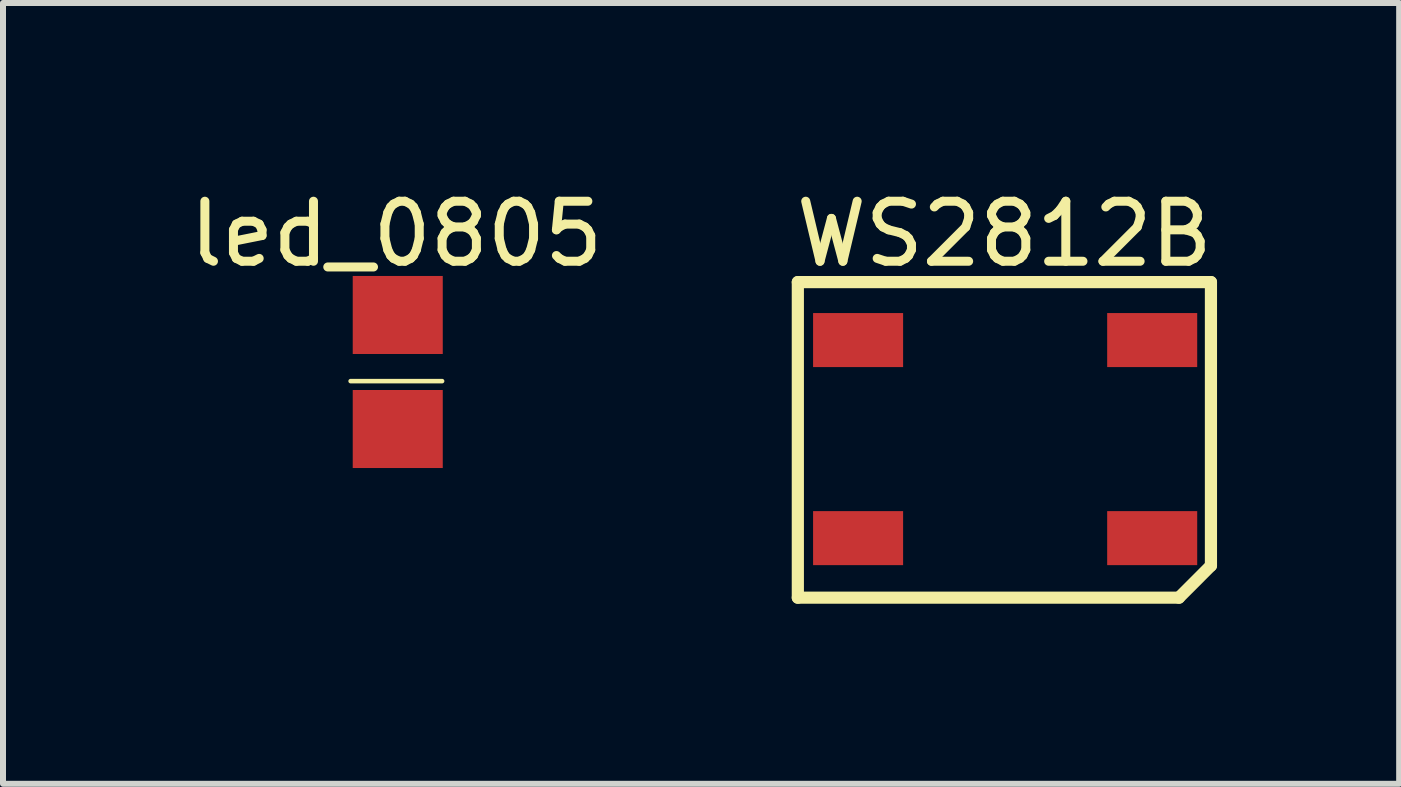
<source format=kicad_pcb>
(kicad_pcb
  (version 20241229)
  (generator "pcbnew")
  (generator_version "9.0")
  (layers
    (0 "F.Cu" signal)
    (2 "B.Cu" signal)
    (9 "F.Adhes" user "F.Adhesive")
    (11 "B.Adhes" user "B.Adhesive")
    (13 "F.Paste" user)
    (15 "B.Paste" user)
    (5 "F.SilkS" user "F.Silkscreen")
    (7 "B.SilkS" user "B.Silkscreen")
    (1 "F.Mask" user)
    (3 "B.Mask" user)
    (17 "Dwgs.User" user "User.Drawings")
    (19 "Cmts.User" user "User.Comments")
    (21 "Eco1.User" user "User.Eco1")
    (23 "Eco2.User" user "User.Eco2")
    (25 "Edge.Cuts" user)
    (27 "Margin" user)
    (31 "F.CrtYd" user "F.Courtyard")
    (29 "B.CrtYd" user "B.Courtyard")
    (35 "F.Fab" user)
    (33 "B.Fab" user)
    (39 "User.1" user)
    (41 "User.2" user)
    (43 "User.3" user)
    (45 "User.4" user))
  (footprint "WS2812B"
    (layer "F.Cu")
    (at 13.697 4.266)
    (property "Reference" "WS2812B" (at -0.013 -3.418 0) (layer "F.SilkS") (effects (font (size 1 1) (thickness 0.15))))
    (fp_line (start -3.454 -2.616) (end 3.429 -2.616) (stroke (width 0.203) (type solid)) (layer "F.SilkS"))
    (fp_line (start -3.454 2.642) (end -3.454 -2.616) (stroke (width 0.203) (type solid)) (layer "F.SilkS"))
    (fp_line (start -3.454 2.642) (end 2.896 2.642) (stroke (width 0.203) (type solid)) (layer "F.SilkS"))
    (fp_line (start 2.896 2.642) (end 3.429 2.108) (stroke (width 0.203) (type solid)) (layer "F.SilkS"))
    (fp_line (start 3.429 2.108) (end 3.429 -2.616) (stroke (width 0.203) (type solid)) (layer "F.SilkS"))
    (pad "1" smd rect (at -2.45 -1.65) (size 1.5 0.9) (layers "F.Cu" "F.Mask" "F.Paste"))
    (pad "2" smd rect (at -2.45 1.65) (size 1.5 0.9) (layers "F.Cu" "F.Mask" "F.Paste"))
    (pad "3" smd rect (at 2.45 1.65) (size 1.5 0.9) (layers "F.Cu" "F.Mask" "F.Paste"))
    (pad "4" smd rect (at 2.45 -1.65) (size 1.5 0.9) (layers "F.Cu" "F.Mask" "F.Paste")))
  (footprint "led_0805"
    (layer "F.Cu")
    (at 3.577 3.148)
    (property "Reference" "led_0805" (at -0.023 -2.3 0) (layer "F.SilkS") (effects (font (size 1 1) (thickness 0.15))))
    (fp_line (start -0.785 0.152) (end 0.739 0.152) (stroke (width 0.076) (type solid)) (layer "F.SilkS"))
    (pad "A" smd rect (at 0 -0.95 180) (size 1.5 1.3) (layers "F.Cu" "F.Mask" "F.Paste"))
    (pad "K" smd rect (at 0 0.95 180) (size 1.5 1.3) (layers "F.Cu" "F.Mask" "F.Paste")))
  (gr_rect
    (start -3 -3)
    (end 20.262 10.009)
    (stroke (width 0.1) (type default))
    (fill no)
    (layer "Edge.Cuts")))
</source>
